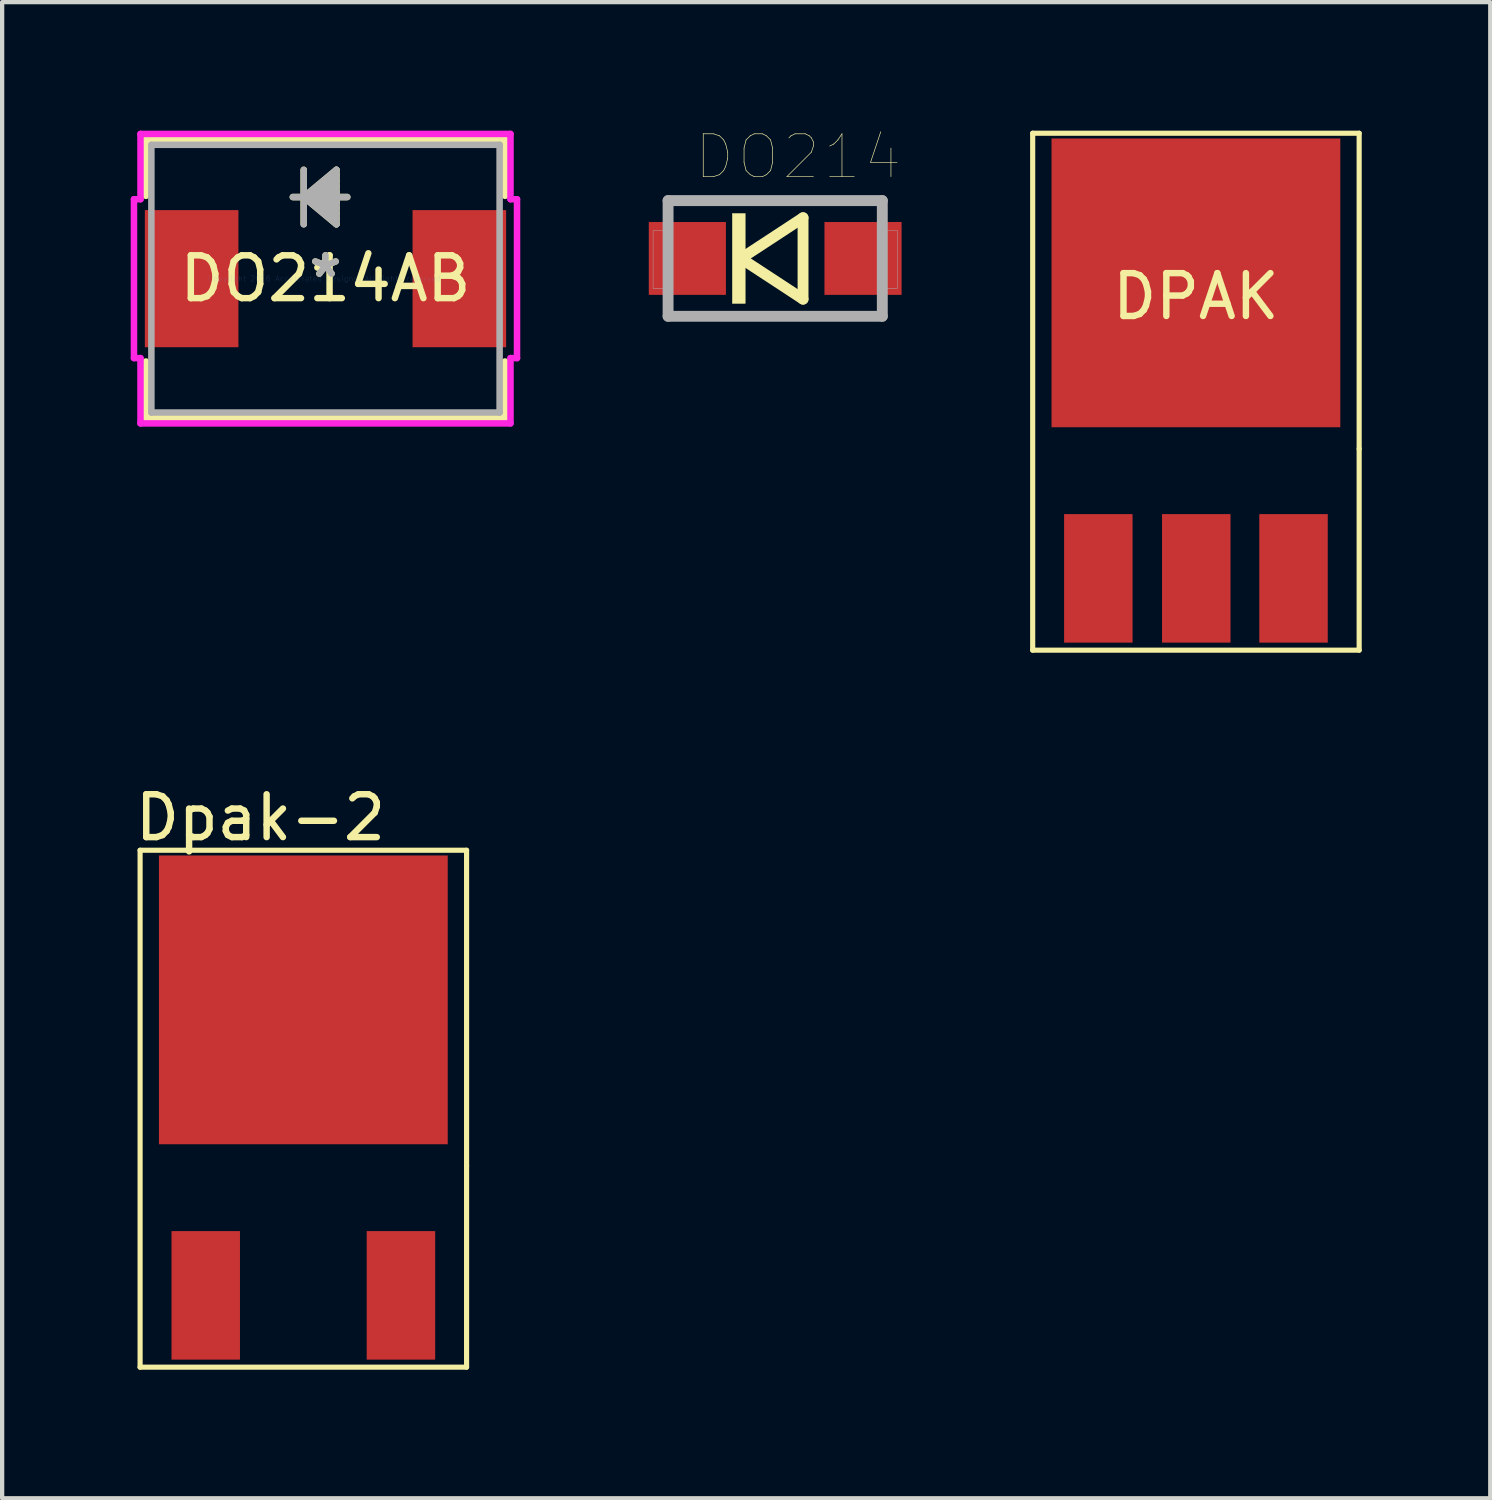
<source format=kicad_pcb>
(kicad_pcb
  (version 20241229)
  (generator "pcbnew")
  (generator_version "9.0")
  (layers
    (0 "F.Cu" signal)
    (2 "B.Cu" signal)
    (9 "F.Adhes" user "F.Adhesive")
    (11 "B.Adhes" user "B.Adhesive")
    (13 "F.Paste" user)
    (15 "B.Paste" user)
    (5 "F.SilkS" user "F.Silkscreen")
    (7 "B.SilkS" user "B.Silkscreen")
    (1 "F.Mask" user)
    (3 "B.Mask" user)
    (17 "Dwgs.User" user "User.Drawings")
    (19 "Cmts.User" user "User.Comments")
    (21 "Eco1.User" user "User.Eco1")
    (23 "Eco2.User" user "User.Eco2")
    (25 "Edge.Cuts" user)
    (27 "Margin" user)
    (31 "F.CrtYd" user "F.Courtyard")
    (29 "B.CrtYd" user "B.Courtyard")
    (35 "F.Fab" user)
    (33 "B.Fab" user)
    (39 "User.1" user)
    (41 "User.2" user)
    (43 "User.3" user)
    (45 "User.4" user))
  (footprint "Dpak-2"
    (layer "F.Cu")
    (at 4.045 22.845)
    (property "Reference" "Dpak-2" (at -1.015 -6.812 0) (layer "F.SilkS") (effects (font (size 1 1) (thickness 0.15))))
    (fp_line (start -3.825 -6.05) (end -3.825 6.015) (stroke (width 0.12) (type solid)) (layer "F.SilkS"))
    (fp_line (start -3.825 6.015) (end 3.795 6.015) (stroke (width 0.12) (type solid)) (layer "F.SilkS"))
    (fp_line (start 3.795 -6.05) (end -3.825 -6.05) (stroke (width 0.12) (type solid)) (layer "F.SilkS"))
    (fp_line (start 3.795 1.316) (end 3.795 -6.05) (stroke (width 0.12) (type solid)) (layer "F.SilkS"))
    (fp_line (start 3.795 6.015) (end 3.795 1.316) (stroke (width 0.12) (type solid)) (layer "F.SilkS"))
    (pad "1" smd rect (at -2.293 4.339) (size 1.598 3) (layers "F.Cu" "F.Mask" "F.Paste"))
    (pad "3" smd rect (at 2.263 4.339) (size 1.598 3) (layers "F.Cu" "F.Mask" "F.Paste"))
    (pad "4" smd rect (at -0.015 -2.558) (size 6.74 6.74) (layers "F.Cu" "F.Mask" "F.Paste")))
  (footprint "DPAK"
    (layer "F.Cu")
    (at 24.863 7.68)
    (property "Reference" "DPAK" (at 0 -3.81 0) (layer "F.SilkS") (effects (font (size 1 1) (thickness 0.15))))
    (attr through_hole)
    (fp_line (start -3.81 -7.62) (end -3.81 4.445) (stroke (width 0.12) (type solid)) (layer "F.SilkS"))
    (fp_line (start -3.81 4.445) (end 3.81 4.445) (stroke (width 0.12) (type solid)) (layer "F.SilkS"))
    (fp_line (start 3.81 -7.62) (end -3.81 -7.62) (stroke (width 0.12) (type solid)) (layer "F.SilkS"))
    (fp_line (start 3.81 -0.254) (end 3.81 -7.62) (stroke (width 0.12) (type solid)) (layer "F.SilkS"))
    (fp_line (start 3.81 4.445) (end 3.81 -0.254) (stroke (width 0.12) (type solid)) (layer "F.SilkS"))
    (pad "1" smd rect (at -2.278 2.769) (size 1.598 3) (layers "F.Cu" "F.Mask" "F.Paste"))
    (pad "2" smd rect (at 0.008 2.769) (size 1.598 3) (layers "F.Cu" "F.Mask" "F.Paste"))
    (pad "3" smd rect (at 2.278 2.769) (size 1.598 3) (layers "F.Cu" "F.Mask" "F.Paste"))
    (pad "4" smd rect (at 0 -4.128) (size 6.74 6.74) (layers "F.Cu" "F.Mask" "F.Paste")))
  (footprint "DO214AB"
    (layer "F.Cu")
    (at 4.547 3.454)
    (property "Reference" "DO214AB" (at 0 0 0) (layer "F.SilkS") (effects (font (size 1 1) (thickness 0.15))))
    (attr through_hole)
    (fp_line (start -4.191 -3.251) (end -4.191 -1.933) (stroke (width 0.152) (type solid)) (layer "F.SilkS"))
    (fp_line (start -4.191 1.933) (end -4.191 3.251) (stroke (width 0.152) (type solid)) (layer "F.SilkS"))
    (fp_line (start -4.191 3.251) (end 4.191 3.251) (stroke (width 0.152) (type solid)) (layer "F.SilkS"))
    (fp_line (start -0.508 -2.54) (end -0.508 -1.27) (stroke (width 0.152) (type solid)) (layer "F.SilkS"))
    (fp_line (start -0.508 -1.905) (end 0.254 -2.54) (stroke (width 0.152) (type solid)) (layer "F.SilkS"))
    (fp_line (start -0.508 -1.905) (end 0.254 -2.413) (stroke (width 0.152) (type solid)) (layer "F.SilkS"))
    (fp_line (start -0.508 -1.905) (end 0.254 -2.286) (stroke (width 0.152) (type solid)) (layer "F.SilkS"))
    (fp_line (start -0.508 -1.905) (end 0.254 -2.159) (stroke (width 0.152) (type solid)) (layer "F.SilkS"))
    (fp_line (start -0.508 -1.905) (end 0.254 -2.032) (stroke (width 0.152) (type solid)) (layer "F.SilkS"))
    (fp_line (start -0.508 -1.905) (end 0.254 -1.778) (stroke (width 0.152) (type solid)) (layer "F.SilkS"))
    (fp_line (start -0.508 -1.905) (end 0.254 -1.651) (stroke (width 0.152) (type solid)) (layer "F.SilkS"))
    (fp_line (start -0.508 -1.905) (end 0.254 -1.524) (stroke (width 0.152) (type solid)) (layer "F.SilkS"))
    (fp_line (start -0.508 -1.905) (end 0.254 -1.397) (stroke (width 0.152) (type solid)) (layer "F.SilkS"))
    (fp_line (start -0.508 -1.905) (end 0.254 -1.27) (stroke (width 0.152) (type solid)) (layer "F.SilkS"))
    (fp_line (start 0.254 -2.54) (end 0.254 -1.27) (stroke (width 0.152) (type solid)) (layer "F.SilkS"))
    (fp_line (start 0.508 -1.905) (end -0.762 -1.905) (stroke (width 0.152) (type solid)) (layer "F.SilkS"))
    (fp_line (start 4.191 -3.251) (end -4.191 -3.251) (stroke (width 0.152) (type solid)) (layer "F.SilkS"))
    (fp_line (start 4.191 -1.933) (end 4.191 -3.251) (stroke (width 0.152) (type solid)) (layer "F.SilkS"))
    (fp_line (start 4.191 3.251) (end 4.191 1.933) (stroke (width 0.152) (type solid)) (layer "F.SilkS"))
    (fp_line (start -4.47 -1.854) (end -4.318 -1.854) (stroke (width 0.152) (type solid)) (layer "F.CrtYd"))
    (fp_line (start -4.47 1.854) (end -4.47 -1.854) (stroke (width 0.152) (type solid)) (layer "F.CrtYd"))
    (fp_line (start -4.318 -3.378) (end 4.318 -3.378) (stroke (width 0.152) (type solid)) (layer "F.CrtYd"))
    (fp_line (start -4.318 -1.854) (end -4.318 -3.378) (stroke (width 0.152) (type solid)) (layer "F.CrtYd"))
    (fp_line (start -4.318 1.854) (end -4.47 1.854) (stroke (width 0.152) (type solid)) (layer "F.CrtYd"))
    (fp_line (start -4.318 3.378) (end -4.318 1.854) (stroke (width 0.152) (type solid)) (layer "F.CrtYd"))
    (fp_line (start 4.318 -3.378) (end 4.318 -1.854) (stroke (width 0.152) (type solid)) (layer "F.CrtYd"))
    (fp_line (start 4.318 -1.854) (end 4.47 -1.854) (stroke (width 0.152) (type solid)) (layer "F.CrtYd"))
    (fp_line (start 4.318 1.854) (end 4.318 3.378) (stroke (width 0.152) (type solid)) (layer "F.CrtYd"))
    (fp_line (start 4.318 3.378) (end -4.318 3.378) (stroke (width 0.152) (type solid)) (layer "F.CrtYd"))
    (fp_line (start 4.47 -1.854) (end 4.47 1.854) (stroke (width 0.152) (type solid)) (layer "F.CrtYd"))
    (fp_line (start 4.47 1.854) (end 4.318 1.854) (stroke (width 0.152) (type solid)) (layer "F.CrtYd"))
    (fp_line (start -4.064 -3.124) (end -4.064 3.124) (stroke (width 0.152) (type solid)) (layer "F.Fab"))
    (fp_line (start -4.064 3.124) (end 4.064 3.124) (stroke (width 0.152) (type solid)) (layer "F.Fab"))
    (fp_line (start -0.508 -2.54) (end -0.508 -1.27) (stroke (width 0.152) (type solid)) (layer "F.Fab"))
    (fp_line (start -0.508 -1.905) (end 0.254 -2.54) (stroke (width 0.152) (type solid)) (layer "F.Fab"))
    (fp_line (start -0.508 -1.905) (end 0.254 -2.413) (stroke (width 0.152) (type solid)) (layer "F.Fab"))
    (fp_line (start -0.508 -1.905) (end 0.254 -2.286) (stroke (width 0.152) (type solid)) (layer "F.Fab"))
    (fp_line (start -0.508 -1.905) (end 0.254 -2.159) (stroke (width 0.152) (type solid)) (layer "F.Fab"))
    (fp_line (start -0.508 -1.905) (end 0.254 -2.032) (stroke (width 0.152) (type solid)) (layer "F.Fab"))
    (fp_line (start -0.508 -1.905) (end 0.254 -1.778) (stroke (width 0.152) (type solid)) (layer "F.Fab"))
    (fp_line (start -0.508 -1.905) (end 0.254 -1.651) (stroke (width 0.152) (type solid)) (layer "F.Fab"))
    (fp_line (start -0.508 -1.905) (end 0.254 -1.524) (stroke (width 0.152) (type solid)) (layer "F.Fab"))
    (fp_line (start -0.508 -1.905) (end 0.254 -1.397) (stroke (width 0.152) (type solid)) (layer "F.Fab"))
    (fp_line (start -0.508 -1.905) (end 0.254 -1.27) (stroke (width 0.152) (type solid)) (layer "F.Fab"))
    (fp_line (start 0.254 -2.54) (end 0.254 -1.27) (stroke (width 0.152) (type solid)) (layer "F.Fab"))
    (fp_line (start 0.508 -1.905) (end -0.762 -1.905) (stroke (width 0.152) (type solid)) (layer "F.Fab"))
    (fp_line (start 4.064 -3.124) (end -4.064 -3.124) (stroke (width 0.152) (type solid)) (layer "F.Fab"))
    (fp_line (start 4.064 3.124) (end 4.064 -3.124) (stroke (width 0.152) (type solid)) (layer "F.Fab"))
    (fp_text user "*" (at 0 0 0) (layer "F.SilkS") (effects (font (size 1 1) (thickness 0.15))))
    (fp_text user "Copyright 2016 Accelerated Designs. All rights reserved." (at 0 0 0) (layer "Cmts.User") (effects (font (size 0.127 0.127) (thickness 0.002))))
    (fp_text user "*" (at 0 0 0) (layer "F.Fab") (effects (font (size 1 1) (thickness 0.15))))
    (pad "1" smd rect (at -3.124 0 90) (size 3.2 2.184) (layers "F.Cu" "F.Mask" "F.Paste"))
    (pad "2" smd rect (at 3.124 0 90) (size 3.2 2.184) (layers "F.Cu" "F.Mask" "F.Paste")))
  (footprint "DO214"
    (layer "F.Cu")
    (at 15.043 2.982)
    (property "Reference" "DO214" (at 0.535 -2.371 0) (layer "F.SilkS") (effects (font (size 1 1) (thickness 0.015))))
    (fp_line (start -0.8 0) (end 0.65 -0.95) (stroke (width 0.254) (type solid)) (layer "F.SilkS"))
    (fp_line (start 0.65 -0.95) (end 0.65 0.95) (stroke (width 0.254) (type solid)) (layer "F.SilkS"))
    (fp_line (start 0.65 0.95) (end -0.8 0) (stroke (width 0.254) (type solid)) (layer "F.SilkS"))
    (fp_poly (pts (xy -1 -1.05) (xy -0.7 -1.05) (xy -0.7 1.05) (xy -1 1.05)) (stroke (width 0.01) (type solid)) (fill yes) (layer "F.SilkS"))
    (fp_line (start -2.5 -1.35) (end 2.5 -1.35) (stroke (width 0.254) (type solid)) (layer "F.Fab"))
    (fp_line (start -2.5 1.35) (end -2.5 -1.35) (stroke (width 0.254) (type solid)) (layer "F.Fab"))
    (fp_line (start 2.5 -1.35) (end 2.5 1.35) (stroke (width 0.254) (type solid)) (layer "F.Fab"))
    (fp_line (start 2.5 1.35) (end -2.5 1.35) (stroke (width 0.254) (type solid)) (layer "F.Fab"))
    (fp_poly (pts (xy -2.85 -0.65) (xy -2.6 -0.65) (xy -2.6 0.7) (xy -2.85 0.7)) (stroke (width 0.01) (type solid)) (fill no) (layer "F.Fab"))
    (fp_poly (pts (xy 2.6 -0.65) (xy 2.85 -0.65) (xy 2.85 0.7) (xy 2.6 0.7)) (stroke (width 0.01) (type solid)) (fill no) (layer "F.Fab"))
    (pad "A" smd rect (at 2.05 0) (size 1.8 1.7) (layers "F.Cu" "F.Mask" "F.Paste"))
    (pad "C" smd rect (at -2.05 0) (size 1.8 1.7) (layers "F.Cu" "F.Mask" "F.Paste")))
  (gr_rect
    (start -3 -3)
    (end 31.733 31.92)
    (stroke (width 0.1) (type default))
    (fill no)
    (layer "Edge.Cuts")))
</source>
